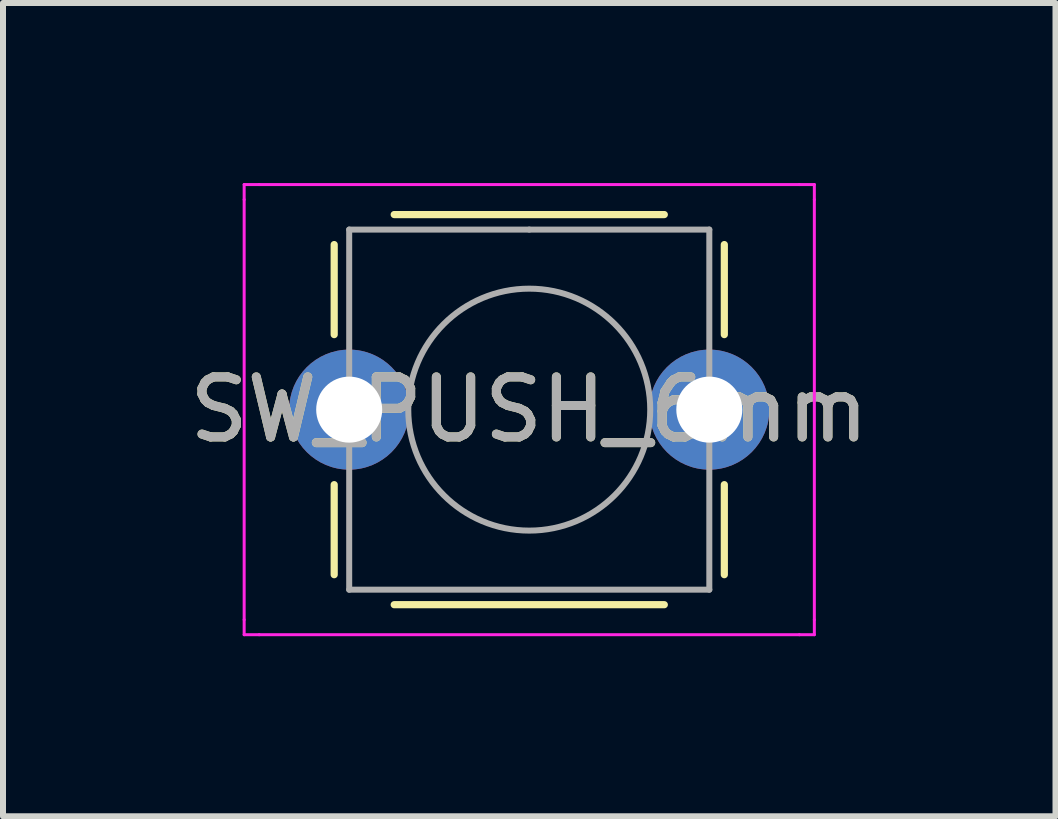
<source format=kicad_pcb>
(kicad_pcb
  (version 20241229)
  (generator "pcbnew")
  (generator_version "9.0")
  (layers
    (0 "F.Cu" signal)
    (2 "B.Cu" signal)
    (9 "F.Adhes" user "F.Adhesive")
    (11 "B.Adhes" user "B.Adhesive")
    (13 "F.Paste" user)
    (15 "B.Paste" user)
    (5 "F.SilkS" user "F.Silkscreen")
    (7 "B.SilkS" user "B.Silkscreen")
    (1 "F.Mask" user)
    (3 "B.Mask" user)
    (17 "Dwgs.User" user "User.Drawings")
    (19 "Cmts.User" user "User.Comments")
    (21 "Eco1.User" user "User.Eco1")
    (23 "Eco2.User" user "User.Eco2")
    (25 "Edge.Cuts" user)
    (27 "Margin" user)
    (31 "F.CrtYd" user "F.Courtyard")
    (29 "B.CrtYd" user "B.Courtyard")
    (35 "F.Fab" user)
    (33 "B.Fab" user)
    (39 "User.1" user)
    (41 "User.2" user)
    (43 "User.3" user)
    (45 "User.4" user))
  (footprint "SW_PUSH_6mm"
    (layer "F.Cu")
    (at 2.518 1.525)
    (property "Reference" "SW_PUSH_6mm" (at 3.25 2.25 0) (layer "F.SilkS") (effects (font (size 1 1) (thickness 0.15))))
    (attr through_hole)
    (fp_line (start 0 -0.5) (end 0 1) (stroke (width 0.12) (type solid)) (layer "F.SilkS"))
    (fp_line (start 0 3.5) (end 0 5) (stroke (width 0.12) (type solid)) (layer "F.SilkS"))
    (fp_line (start 1 5.5) (end 5.5 5.5) (stroke (width 0.12) (type solid)) (layer "F.SilkS"))
    (fp_line (start 5.5 -1) (end 1 -1) (stroke (width 0.12) (type solid)) (layer "F.SilkS"))
    (fp_line (start 6.5 1) (end 6.5 -0.5) (stroke (width 0.12) (type solid)) (layer "F.SilkS"))
    (fp_line (start 6.5 5) (end 6.5 3.5) (stroke (width 0.12) (type solid)) (layer "F.SilkS"))
    (fp_line (start -1.5 -1.5) (end -1.25 -1.5) (stroke (width 0.05) (type solid)) (layer "F.CrtYd"))
    (fp_line (start -1.5 -1.25) (end -1.5 -1.5) (stroke (width 0.05) (type solid)) (layer "F.CrtYd"))
    (fp_line (start -1.5 5.75) (end -1.5 -1.25) (stroke (width 0.05) (type solid)) (layer "F.CrtYd"))
    (fp_line (start -1.5 5.75) (end -1.5 6) (stroke (width 0.05) (type solid)) (layer "F.CrtYd"))
    (fp_line (start -1.5 6) (end -1.25 6) (stroke (width 0.05) (type solid)) (layer "F.CrtYd"))
    (fp_line (start -1.25 -1.5) (end 7.75 -1.5) (stroke (width 0.05) (type solid)) (layer "F.CrtYd"))
    (fp_line (start 7.75 -1.5) (end 8 -1.5) (stroke (width 0.05) (type solid)) (layer "F.CrtYd"))
    (fp_line (start 7.75 6) (end -1.25 6) (stroke (width 0.05) (type solid)) (layer "F.CrtYd"))
    (fp_line (start 7.75 6) (end 8 6) (stroke (width 0.05) (type solid)) (layer "F.CrtYd"))
    (fp_line (start 8 -1.5) (end 8 -1.25) (stroke (width 0.05) (type solid)) (layer "F.CrtYd"))
    (fp_line (start 8 -1.25) (end 8 5.75) (stroke (width 0.05) (type solid)) (layer "F.CrtYd"))
    (fp_line (start 8 6) (end 8 5.75) (stroke (width 0.05) (type solid)) (layer "F.CrtYd"))
    (fp_line (start 0.25 -0.75) (end 3.25 -0.75) (stroke (width 0.1) (type solid)) (layer "F.Fab"))
    (fp_line (start 0.25 5.25) (end 0.25 -0.75) (stroke (width 0.1) (type solid)) (layer "F.Fab"))
    (fp_line (start 3.25 -0.75) (end 6.25 -0.75) (stroke (width 0.1) (type solid)) (layer "F.Fab"))
    (fp_line (start 6.25 -0.75) (end 6.25 5.25) (stroke (width 0.1) (type solid)) (layer "F.Fab"))
    (fp_line (start 6.25 5.25) (end 0.25 5.25) (stroke (width 0.1) (type solid)) (layer "F.Fab"))
    (fp_circle (center 3.25 2.25) (end 1.25 2.5) (stroke (width 0.1) (type solid)) (fill no) (layer "F.Fab"))
    (fp_text user "${REFERENCE}" (at 3.25 2.25 0) (layer "F.Fab") (effects (font (size 1 1) (thickness 0.15))))
    (pad "1" thru_hole circle (at 0.25 2.25 90) (size 2 2) (drill 1.1) (layers "*.Cu" "*.Mask"))
    (pad "2" thru_hole circle (at 6.25 2.25 90) (size 2 2) (drill 1.1) (layers "*.Cu" "*.Mask")))
  (gr_rect
    (start -3 -3)
    (end 14.536 10.55)
    (stroke (width 0.1) (type default))
    (fill no)
    (layer "Edge.Cuts")))
</source>
